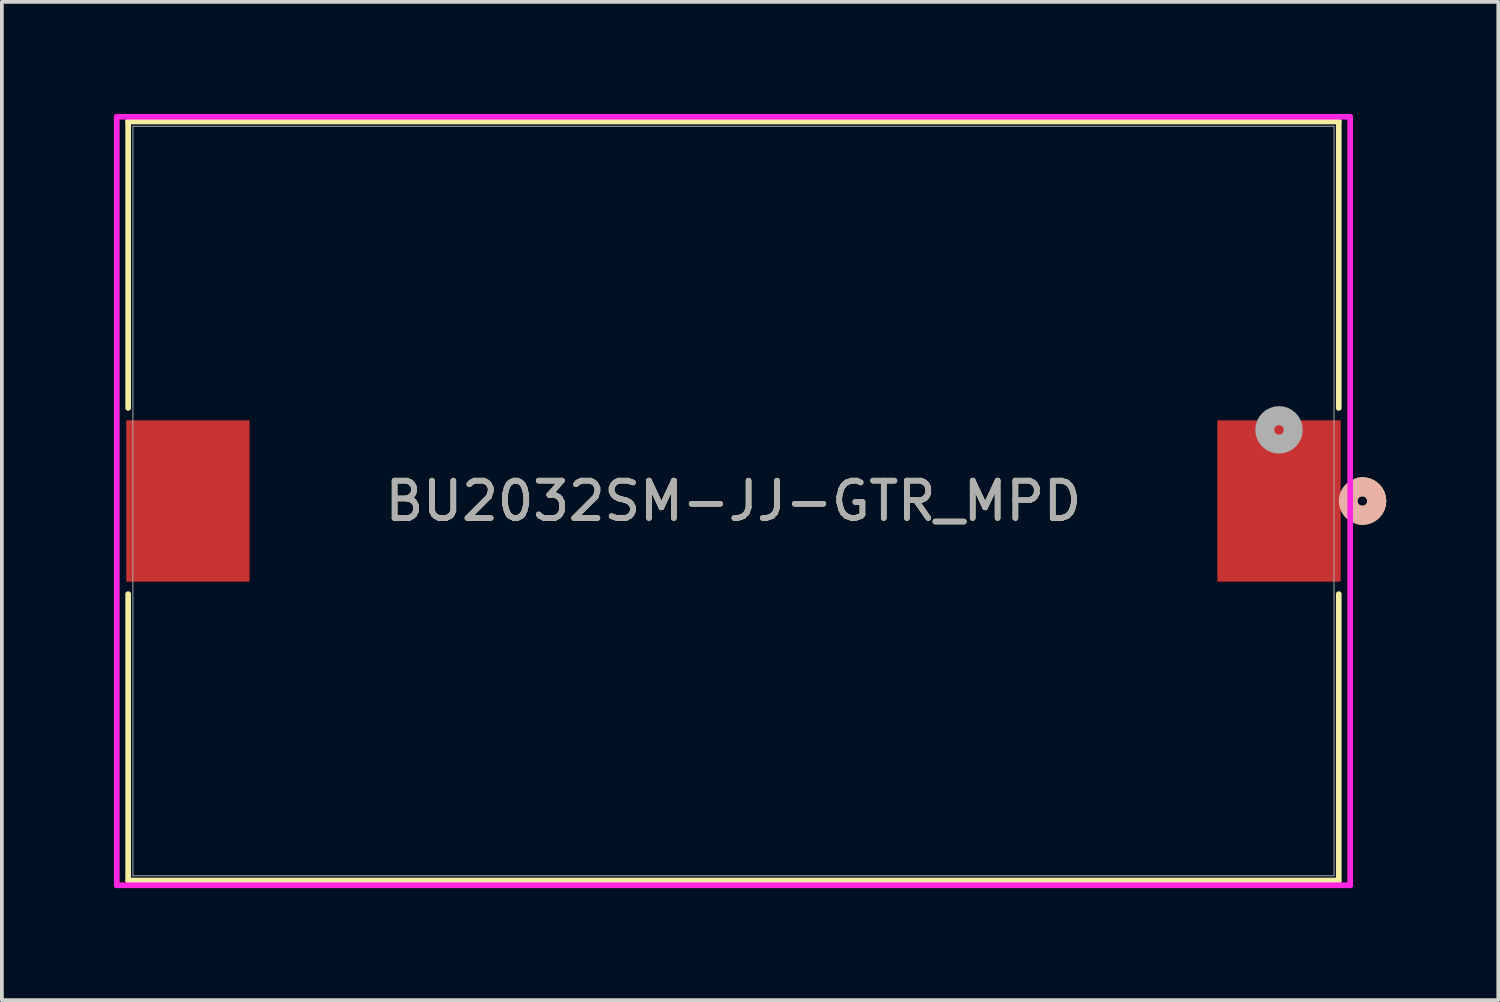
<source format=kicad_pcb>
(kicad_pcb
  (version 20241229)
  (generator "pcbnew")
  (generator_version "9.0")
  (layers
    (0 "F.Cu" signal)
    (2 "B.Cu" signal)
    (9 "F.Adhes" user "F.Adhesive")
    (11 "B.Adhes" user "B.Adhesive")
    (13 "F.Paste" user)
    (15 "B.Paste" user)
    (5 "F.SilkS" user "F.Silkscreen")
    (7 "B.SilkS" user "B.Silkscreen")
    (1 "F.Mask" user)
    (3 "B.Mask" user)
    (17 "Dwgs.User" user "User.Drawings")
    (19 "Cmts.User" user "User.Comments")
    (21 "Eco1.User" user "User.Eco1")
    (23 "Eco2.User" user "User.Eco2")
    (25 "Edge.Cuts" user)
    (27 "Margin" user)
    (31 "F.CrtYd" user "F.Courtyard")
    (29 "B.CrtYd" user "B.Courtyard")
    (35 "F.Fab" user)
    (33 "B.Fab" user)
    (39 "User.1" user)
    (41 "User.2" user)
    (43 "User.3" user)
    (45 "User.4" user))
  (footprint "BU2032SM-JJ-GTR_MPD"
    (layer "F.Cu")
    (at 16.586 10.363)
    (property "Reference" "BU2032SM-JJ-GTR_MPD" (at 0 0 0) (unlocked yes) (layer "F.SilkS") (effects (font (size 1 1) (thickness 0.15))))
    (attr smd)
    (fp_line (start -16.205 -10.16) (end -16.205 -2.492) (stroke (width 0.152) (type solid)) (layer "F.SilkS"))
    (fp_line (start -16.205 2.492) (end -16.205 10.16) (stroke (width 0.152) (type solid)) (layer "F.SilkS"))
    (fp_line (start -16.205 10.16) (end 16.205 10.16) (stroke (width 0.152) (type solid)) (layer "F.SilkS"))
    (fp_line (start 16.205 -10.16) (end -16.205 -10.16) (stroke (width 0.152) (type solid)) (layer "F.SilkS"))
    (fp_line (start 16.205 -2.492) (end 16.205 -10.16) (stroke (width 0.152) (type solid)) (layer "F.SilkS"))
    (fp_line (start 16.205 10.16) (end 16.205 2.492) (stroke (width 0.152) (type solid)) (layer "F.SilkS"))
    (fp_arc (start 16.76654 -0.373812) (mid 17.082167 -0.2943) (end 17.2212 0) (stroke (width 0.508) (type solid)) (layer "F.SilkS"))
    (fp_arc (start 17.2212 0) (mid 17.082167 0.2943) (end 16.76654 0.373812) (stroke (width 0.508) (type solid)) (layer "F.SilkS"))
    (fp_circle (center 16.84 0) (end 17.221 0) (stroke (width 0.508) (type solid)) (fill no) (layer "B.SilkS"))
    (fp_line (start -16.51 -10.287) (end -16.51 10.287) (stroke (width 0.152) (type solid)) (layer "F.CrtYd"))
    (fp_line (start -16.51 10.287) (end 16.51 10.287) (stroke (width 0.152) (type solid)) (layer "F.CrtYd"))
    (fp_line (start 16.51 -10.287) (end -16.51 -10.287) (stroke (width 0.152) (type solid)) (layer "F.CrtYd"))
    (fp_line (start 16.51 10.287) (end 16.51 -10.287) (stroke (width 0.152) (type solid)) (layer "F.CrtYd"))
    (fp_line (start -16.078 -10.033) (end -16.078 10.033) (stroke (width 0.025) (type solid)) (layer "F.Fab"))
    (fp_line (start -16.078 10.033) (end 16.078 10.033) (stroke (width 0.025) (type solid)) (layer "F.Fab"))
    (fp_line (start 16.078 -10.033) (end -16.078 -10.033) (stroke (width 0.025) (type solid)) (layer "F.Fab"))
    (fp_line (start 16.078 10.033) (end 16.078 -10.033) (stroke (width 0.025) (type solid)) (layer "F.Fab"))
    (fp_circle (center 14.605 -1.905) (end 14.986 -1.905) (stroke (width 0.508) (type solid)) (fill no) (layer "F.Fab"))
    (fp_text user "${REFERENCE}" (at 0 0 0) (unlocked yes) (layer "F.Fab") (effects (font (size 1 1) (thickness 0.15))))
    (pad "1" smd rect (at 14.605 0) (size 3.302 4.318) (layers "F.Cu" "F.Mask" "F.Paste"))
    (pad "2" smd rect (at -14.605 0) (size 3.302 4.318) (layers "F.Cu" "F.Mask" "F.Paste")))
  (gr_rect
    (start -3 -3)
    (end 37.061 23.726)
    (stroke (width 0.1) (type default))
    (fill no)
    (layer "Edge.Cuts")))
</source>
